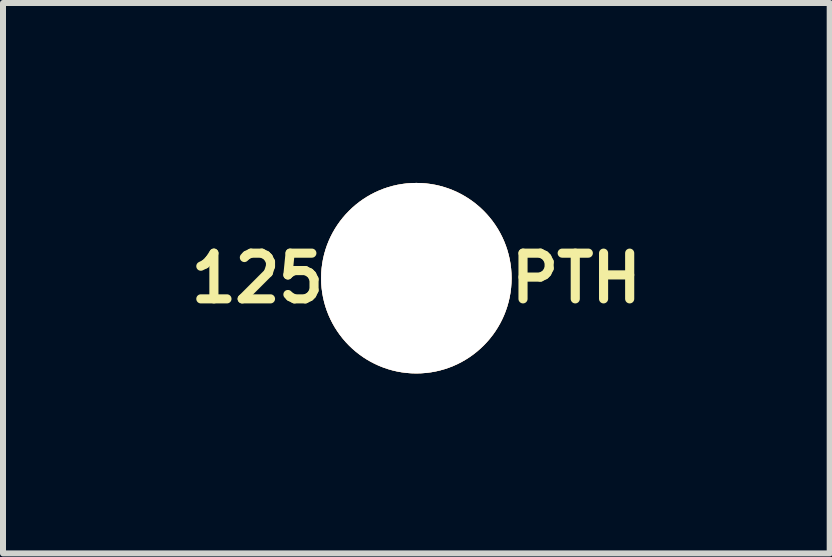
<source format=kicad_pcb>
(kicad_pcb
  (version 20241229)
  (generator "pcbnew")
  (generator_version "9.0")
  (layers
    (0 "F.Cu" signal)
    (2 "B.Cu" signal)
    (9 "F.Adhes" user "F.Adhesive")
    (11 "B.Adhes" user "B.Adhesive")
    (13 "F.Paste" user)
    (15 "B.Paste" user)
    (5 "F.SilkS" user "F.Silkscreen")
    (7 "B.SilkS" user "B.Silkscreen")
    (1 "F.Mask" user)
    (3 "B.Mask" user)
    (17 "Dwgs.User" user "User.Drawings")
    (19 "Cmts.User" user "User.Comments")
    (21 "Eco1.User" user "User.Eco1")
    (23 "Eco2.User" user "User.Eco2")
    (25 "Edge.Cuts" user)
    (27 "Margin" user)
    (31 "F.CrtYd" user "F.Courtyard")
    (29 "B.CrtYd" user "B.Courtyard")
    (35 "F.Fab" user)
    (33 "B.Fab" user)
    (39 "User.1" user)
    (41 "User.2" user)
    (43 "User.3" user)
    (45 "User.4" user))
  (footprint "125mil_NPTH"
    (layer "F.Cu")
    (at 3.89 1.587)
    (property "Reference" "125mil_NPTH" (at 0 0 0) (layer "F.SilkS") (effects (font (size 0.762 0.762) (thickness 0.152))))
    (attr through_hole)
    (pad "" np_thru_hole circle (at 0 0) (size 3.175 3.175) (drill 3.175) (layers "*.Cu" "*.SilkS" "*.Mask")))
  (gr_rect
    (start -3 -3)
    (end 10.78 6.175)
    (stroke (width 0.1) (type default))
    (fill no)
    (layer "Edge.Cuts")))
</source>
